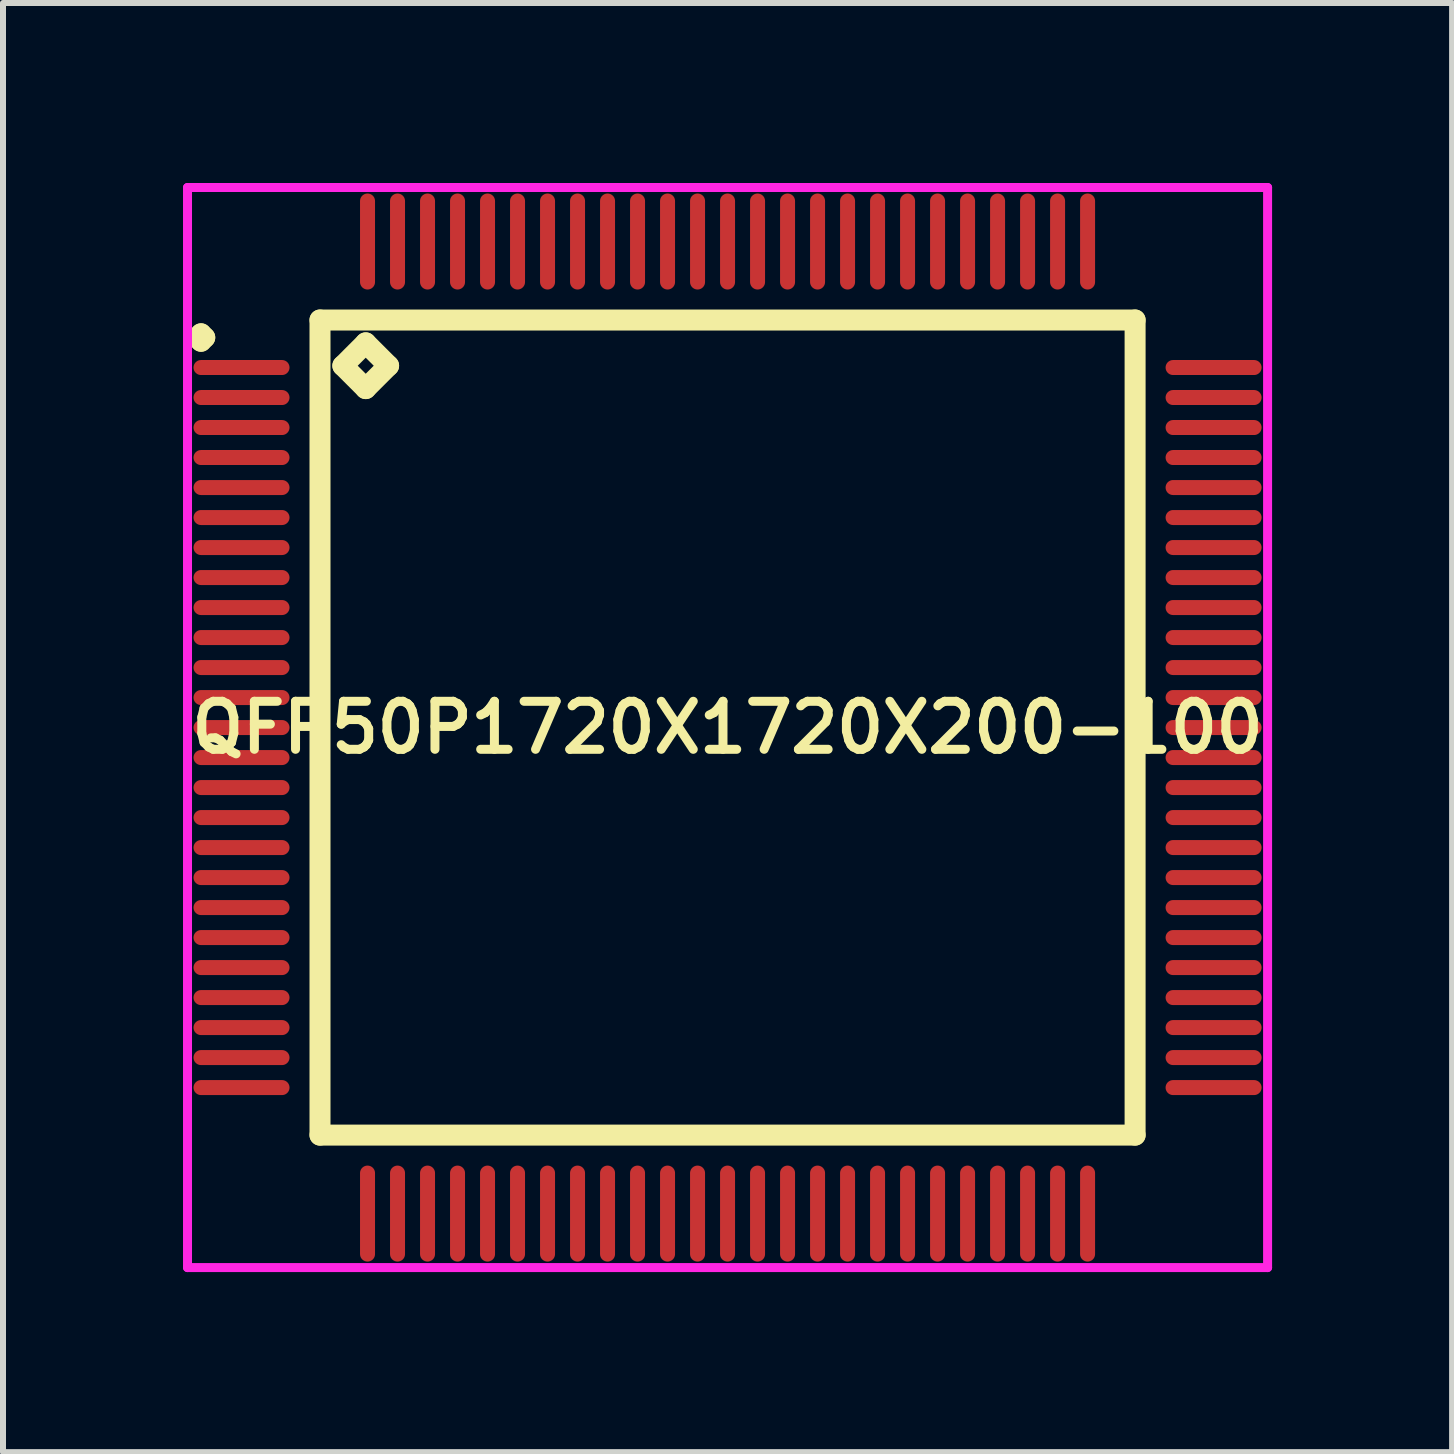
<source format=kicad_pcb>
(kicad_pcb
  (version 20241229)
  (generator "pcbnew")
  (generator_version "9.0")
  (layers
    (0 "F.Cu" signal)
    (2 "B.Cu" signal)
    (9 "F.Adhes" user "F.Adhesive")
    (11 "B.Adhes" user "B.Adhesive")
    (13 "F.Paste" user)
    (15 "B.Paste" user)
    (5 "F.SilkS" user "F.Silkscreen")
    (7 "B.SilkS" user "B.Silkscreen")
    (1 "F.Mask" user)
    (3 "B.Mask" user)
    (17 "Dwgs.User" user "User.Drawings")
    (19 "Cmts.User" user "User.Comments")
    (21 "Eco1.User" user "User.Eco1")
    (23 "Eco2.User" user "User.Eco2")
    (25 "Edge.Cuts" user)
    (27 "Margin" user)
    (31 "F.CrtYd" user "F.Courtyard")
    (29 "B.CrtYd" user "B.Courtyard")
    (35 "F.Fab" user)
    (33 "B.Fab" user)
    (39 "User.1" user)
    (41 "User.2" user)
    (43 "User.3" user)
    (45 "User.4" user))
  (footprint "QFP50P1720X1720X200-100"
    (layer "F.Cu")
    (at 9.075 9.075)
    (property "Reference" "QFP50P1720X1720X200-100" (at 0 0 0) (layer "F.SilkS") (effects (font (size 0.8 0.8) (thickness 0.15))))
    (attr smd)
    (fp_line (start -8.838 -6.5) (end -8.775 -6.562) (stroke (width 0.35) (type solid)) (layer "F.SilkS"))
    (fp_line (start -8.775 -6.562) (end -8.713 -6.5) (stroke (width 0.35) (type solid)) (layer "F.SilkS"))
    (fp_line (start -8.775 -6.438) (end -8.838 -6.5) (stroke (width 0.35) (type solid)) (layer "F.SilkS"))
    (fp_line (start -8.713 -6.5) (end -8.775 -6.438) (stroke (width 0.35) (type solid)) (layer "F.SilkS"))
    (fp_line (start -6.792 -6.792) (end -6.792 6.792) (stroke (width 0.35) (type solid)) (layer "F.SilkS"))
    (fp_line (start -6.792 6.792) (end 6.792 6.792) (stroke (width 0.35) (type solid)) (layer "F.SilkS"))
    (fp_line (start -6.411 -6.03) (end -6.03 -6.411) (stroke (width 0.35) (type solid)) (layer "F.SilkS"))
    (fp_line (start -6.03 -6.411) (end -5.649 -6.03) (stroke (width 0.35) (type solid)) (layer "F.SilkS"))
    (fp_line (start -6.03 -5.649) (end -6.411 -6.03) (stroke (width 0.35) (type solid)) (layer "F.SilkS"))
    (fp_line (start -5.649 -6.03) (end -6.03 -5.649) (stroke (width 0.35) (type solid)) (layer "F.SilkS"))
    (fp_line (start 6.792 -6.792) (end -6.792 -6.792) (stroke (width 0.35) (type solid)) (layer "F.SilkS"))
    (fp_line (start 6.792 6.792) (end 6.792 -6.792) (stroke (width 0.35) (type solid)) (layer "F.SilkS"))
    (fp_line (start -9 -9) (end 9 -9) (stroke (width 0.15) (type solid)) (layer "F.CrtYd"))
    (fp_line (start -9 9) (end -9 -9) (stroke (width 0.15) (type solid)) (layer "F.CrtYd"))
    (fp_line (start 9 -9) (end 9 9) (stroke (width 0.15) (type solid)) (layer "F.CrtYd"))
    (fp_line (start 9 9) (end -9 9) (stroke (width 0.15) (type solid)) (layer "F.CrtYd"))
    (pad "1" smd oval (at -8.1 -6) (size 1.6 0.25) (layers "F.Cu" "F.Mask" "F.Paste"))
    (pad "2" smd oval (at -8.1 -5.5) (size 1.6 0.25) (layers "F.Cu" "F.Mask" "F.Paste"))
    (pad "3" smd oval (at -8.1 -5) (size 1.6 0.25) (layers "F.Cu" "F.Mask" "F.Paste"))
    (pad "4" smd oval (at -8.1 -4.5) (size 1.6 0.25) (layers "F.Cu" "F.Mask" "F.Paste"))
    (pad "5" smd oval (at -8.1 -4) (size 1.6 0.25) (layers "F.Cu" "F.Mask" "F.Paste"))
    (pad "6" smd oval (at -8.1 -3.5) (size 1.6 0.25) (layers "F.Cu" "F.Mask" "F.Paste"))
    (pad "7" smd oval (at -8.1 -3) (size 1.6 0.25) (layers "F.Cu" "F.Mask" "F.Paste"))
    (pad "8" smd oval (at -8.1 -2.5) (size 1.6 0.25) (layers "F.Cu" "F.Mask" "F.Paste"))
    (pad "9" smd oval (at -8.1 -2) (size 1.6 0.25) (layers "F.Cu" "F.Mask" "F.Paste"))
    (pad "10" smd oval (at -8.1 -1.5) (size 1.6 0.25) (layers "F.Cu" "F.Mask" "F.Paste"))
    (pad "11" smd oval (at -8.1 -1) (size 1.6 0.25) (layers "F.Cu" "F.Mask" "F.Paste"))
    (pad "12" smd oval (at -8.1 -0.5) (size 1.6 0.25) (layers "F.Cu" "F.Mask" "F.Paste"))
    (pad "13" smd oval (at -8.1 0) (size 1.6 0.25) (layers "F.Cu" "F.Mask" "F.Paste"))
    (pad "14" smd oval (at -8.1 0.5) (size 1.6 0.25) (layers "F.Cu" "F.Mask" "F.Paste"))
    (pad "15" smd oval (at -8.1 1) (size 1.6 0.25) (layers "F.Cu" "F.Mask" "F.Paste"))
    (pad "16" smd oval (at -8.1 1.5) (size 1.6 0.25) (layers "F.Cu" "F.Mask" "F.Paste"))
    (pad "17" smd oval (at -8.1 2) (size 1.6 0.25) (layers "F.Cu" "F.Mask" "F.Paste"))
    (pad "18" smd oval (at -8.1 2.5) (size 1.6 0.25) (layers "F.Cu" "F.Mask" "F.Paste"))
    (pad "19" smd oval (at -8.1 3) (size 1.6 0.25) (layers "F.Cu" "F.Mask" "F.Paste"))
    (pad "20" smd oval (at -8.1 3.5) (size 1.6 0.25) (layers "F.Cu" "F.Mask" "F.Paste"))
    (pad "21" smd oval (at -8.1 4) (size 1.6 0.25) (layers "F.Cu" "F.Mask" "F.Paste"))
    (pad "22" smd oval (at -8.1 4.5) (size 1.6 0.25) (layers "F.Cu" "F.Mask" "F.Paste"))
    (pad "23" smd oval (at -8.1 5) (size 1.6 0.25) (layers "F.Cu" "F.Mask" "F.Paste"))
    (pad "24" smd oval (at -8.1 5.5) (size 1.6 0.25) (layers "F.Cu" "F.Mask" "F.Paste"))
    (pad "25" smd oval (at -8.1 6) (size 1.6 0.25) (layers "F.Cu" "F.Mask" "F.Paste"))
    (pad "26" smd oval (at -6 8.1) (size 0.25 1.6) (layers "F.Cu" "F.Mask" "F.Paste"))
    (pad "27" smd oval (at -5.5 8.1) (size 0.25 1.6) (layers "F.Cu" "F.Mask" "F.Paste"))
    (pad "28" smd oval (at -5 8.1) (size 0.25 1.6) (layers "F.Cu" "F.Mask" "F.Paste"))
    (pad "29" smd oval (at -4.5 8.1) (size 0.25 1.6) (layers "F.Cu" "F.Mask" "F.Paste"))
    (pad "30" smd oval (at -4 8.1) (size 0.25 1.6) (layers "F.Cu" "F.Mask" "F.Paste"))
    (pad "31" smd oval (at -3.5 8.1) (size 0.25 1.6) (layers "F.Cu" "F.Mask" "F.Paste"))
    (pad "32" smd oval (at -3 8.1) (size 0.25 1.6) (layers "F.Cu" "F.Mask" "F.Paste"))
    (pad "33" smd oval (at -2.5 8.1) (size 0.25 1.6) (layers "F.Cu" "F.Mask" "F.Paste"))
    (pad "34" smd oval (at -2 8.1) (size 0.25 1.6) (layers "F.Cu" "F.Mask" "F.Paste"))
    (pad "35" smd oval (at -1.5 8.1) (size 0.25 1.6) (layers "F.Cu" "F.Mask" "F.Paste"))
    (pad "36" smd oval (at -1 8.1) (size 0.25 1.6) (layers "F.Cu" "F.Mask" "F.Paste"))
    (pad "37" smd oval (at -0.5 8.1) (size 0.25 1.6) (layers "F.Cu" "F.Mask" "F.Paste"))
    (pad "38" smd oval (at 0 8.1) (size 0.25 1.6) (layers "F.Cu" "F.Mask" "F.Paste"))
    (pad "39" smd oval (at 0.5 8.1) (size 0.25 1.6) (layers "F.Cu" "F.Mask" "F.Paste"))
    (pad "40" smd oval (at 1 8.1) (size 0.25 1.6) (layers "F.Cu" "F.Mask" "F.Paste"))
    (pad "41" smd oval (at 1.5 8.1) (size 0.25 1.6) (layers "F.Cu" "F.Mask" "F.Paste"))
    (pad "42" smd oval (at 2 8.1) (size 0.25 1.6) (layers "F.Cu" "F.Mask" "F.Paste"))
    (pad "43" smd oval (at 2.5 8.1) (size 0.25 1.6) (layers "F.Cu" "F.Mask" "F.Paste"))
    (pad "44" smd oval (at 3 8.1) (size 0.25 1.6) (layers "F.Cu" "F.Mask" "F.Paste"))
    (pad "45" smd oval (at 3.5 8.1) (size 0.25 1.6) (layers "F.Cu" "F.Mask" "F.Paste"))
    (pad "46" smd oval (at 4 8.1) (size 0.25 1.6) (layers "F.Cu" "F.Mask" "F.Paste"))
    (pad "47" smd oval (at 4.5 8.1) (size 0.25 1.6) (layers "F.Cu" "F.Mask" "F.Paste"))
    (pad "48" smd oval (at 5 8.1) (size 0.25 1.6) (layers "F.Cu" "F.Mask" "F.Paste"))
    (pad "49" smd oval (at 5.5 8.1) (size 0.25 1.6) (layers "F.Cu" "F.Mask" "F.Paste"))
    (pad "50" smd oval (at 6 8.1) (size 0.25 1.6) (layers "F.Cu" "F.Mask" "F.Paste"))
    (pad "51" smd oval (at 8.1 6) (size 1.6 0.25) (layers "F.Cu" "F.Mask" "F.Paste"))
    (pad "52" smd oval (at 8.1 5.5) (size 1.6 0.25) (layers "F.Cu" "F.Mask" "F.Paste"))
    (pad "53" smd oval (at 8.1 5) (size 1.6 0.25) (layers "F.Cu" "F.Mask" "F.Paste"))
    (pad "54" smd oval (at 8.1 4.5) (size 1.6 0.25) (layers "F.Cu" "F.Mask" "F.Paste"))
    (pad "55" smd oval (at 8.1 4) (size 1.6 0.25) (layers "F.Cu" "F.Mask" "F.Paste"))
    (pad "56" smd oval (at 8.1 3.5) (size 1.6 0.25) (layers "F.Cu" "F.Mask" "F.Paste"))
    (pad "57" smd oval (at 8.1 3) (size 1.6 0.25) (layers "F.Cu" "F.Mask" "F.Paste"))
    (pad "58" smd oval (at 8.1 2.5) (size 1.6 0.25) (layers "F.Cu" "F.Mask" "F.Paste"))
    (pad "59" smd oval (at 8.1 2) (size 1.6 0.25) (layers "F.Cu" "F.Mask" "F.Paste"))
    (pad "60" smd oval (at 8.1 1.5) (size 1.6 0.25) (layers "F.Cu" "F.Mask" "F.Paste"))
    (pad "61" smd oval (at 8.1 1) (size 1.6 0.25) (layers "F.Cu" "F.Mask" "F.Paste"))
    (pad "62" smd oval (at 8.1 0.5) (size 1.6 0.25) (layers "F.Cu" "F.Mask" "F.Paste"))
    (pad "63" smd oval (at 8.1 0) (size 1.6 0.25) (layers "F.Cu" "F.Mask" "F.Paste"))
    (pad "64" smd oval (at 8.1 -0.5) (size 1.6 0.25) (layers "F.Cu" "F.Mask" "F.Paste"))
    (pad "65" smd oval (at 8.1 -1) (size 1.6 0.25) (layers "F.Cu" "F.Mask" "F.Paste"))
    (pad "66" smd oval (at 8.1 -1.5) (size 1.6 0.25) (layers "F.Cu" "F.Mask" "F.Paste"))
    (pad "67" smd oval (at 8.1 -2) (size 1.6 0.25) (layers "F.Cu" "F.Mask" "F.Paste"))
    (pad "68" smd oval (at 8.1 -2.5) (size 1.6 0.25) (layers "F.Cu" "F.Mask" "F.Paste"))
    (pad "69" smd oval (at 8.1 -3) (size 1.6 0.25) (layers "F.Cu" "F.Mask" "F.Paste"))
    (pad "70" smd oval (at 8.1 -3.5) (size 1.6 0.25) (layers "F.Cu" "F.Mask" "F.Paste"))
    (pad "71" smd oval (at 8.1 -4) (size 1.6 0.25) (layers "F.Cu" "F.Mask" "F.Paste"))
    (pad "72" smd oval (at 8.1 -4.5) (size 1.6 0.25) (layers "F.Cu" "F.Mask" "F.Paste"))
    (pad "73" smd oval (at 8.1 -5) (size 1.6 0.25) (layers "F.Cu" "F.Mask" "F.Paste"))
    (pad "74" smd oval (at 8.1 -5.5) (size 1.6 0.25) (layers "F.Cu" "F.Mask" "F.Paste"))
    (pad "75" smd oval (at 8.1 -6) (size 1.6 0.25) (layers "F.Cu" "F.Mask" "F.Paste"))
    (pad "76" smd oval (at 6 -8.1) (size 0.25 1.6) (layers "F.Cu" "F.Mask" "F.Paste"))
    (pad "77" smd oval (at 5.5 -8.1) (size 0.25 1.6) (layers "F.Cu" "F.Mask" "F.Paste"))
    (pad "78" smd oval (at 5 -8.1) (size 0.25 1.6) (layers "F.Cu" "F.Mask" "F.Paste"))
    (pad "79" smd oval (at 4.5 -8.1) (size 0.25 1.6) (layers "F.Cu" "F.Mask" "F.Paste"))
    (pad "80" smd oval (at 4 -8.1) (size 0.25 1.6) (layers "F.Cu" "F.Mask" "F.Paste"))
    (pad "81" smd oval (at 3.5 -8.1) (size 0.25 1.6) (layers "F.Cu" "F.Mask" "F.Paste"))
    (pad "82" smd oval (at 3 -8.1) (size 0.25 1.6) (layers "F.Cu" "F.Mask" "F.Paste"))
    (pad "83" smd oval (at 2.5 -8.1) (size 0.25 1.6) (layers "F.Cu" "F.Mask" "F.Paste"))
    (pad "84" smd oval (at 2 -8.1) (size 0.25 1.6) (layers "F.Cu" "F.Mask" "F.Paste"))
    (pad "85" smd oval (at 1.5 -8.1) (size 0.25 1.6) (layers "F.Cu" "F.Mask" "F.Paste"))
    (pad "86" smd oval (at 1 -8.1) (size 0.25 1.6) (layers "F.Cu" "F.Mask" "F.Paste"))
    (pad "87" smd oval (at 0.5 -8.1) (size 0.25 1.6) (layers "F.Cu" "F.Mask" "F.Paste"))
    (pad "88" smd oval (at 0 -8.1) (size 0.25 1.6) (layers "F.Cu" "F.Mask" "F.Paste"))
    (pad "89" smd oval (at -0.5 -8.1) (size 0.25 1.6) (layers "F.Cu" "F.Mask" "F.Paste"))
    (pad "90" smd oval (at -1 -8.1) (size 0.25 1.6) (layers "F.Cu" "F.Mask" "F.Paste"))
    (pad "91" smd oval (at -1.5 -8.1) (size 0.25 1.6) (layers "F.Cu" "F.Mask" "F.Paste"))
    (pad "92" smd oval (at -2 -8.1) (size 0.25 1.6) (layers "F.Cu" "F.Mask" "F.Paste"))
    (pad "93" smd oval (at -2.5 -8.1) (size 0.25 1.6) (layers "F.Cu" "F.Mask" "F.Paste"))
    (pad "94" smd oval (at -3 -8.1) (size 0.25 1.6) (layers "F.Cu" "F.Mask" "F.Paste"))
    (pad "95" smd oval (at -3.5 -8.1) (size 0.25 1.6) (layers "F.Cu" "F.Mask" "F.Paste"))
    (pad "96" smd oval (at -4 -8.1) (size 0.25 1.6) (layers "F.Cu" "F.Mask" "F.Paste"))
    (pad "97" smd oval (at -4.5 -8.1) (size 0.25 1.6) (layers "F.Cu" "F.Mask" "F.Paste"))
    (pad "98" smd oval (at -5 -8.1) (size 0.25 1.6) (layers "F.Cu" "F.Mask" "F.Paste"))
    (pad "99" smd oval (at -5.5 -8.1) (size 0.25 1.6) (layers "F.Cu" "F.Mask" "F.Paste"))
    (pad "100" smd oval (at -6 -8.1) (size 0.25 1.6) (layers "F.Cu" "F.Mask" "F.Paste")))
  (gr_rect
    (start -3 -3)
    (end 21.15 21.15)
    (stroke (width 0.1) (type default))
    (fill no)
    (layer "Edge.Cuts")))
</source>
